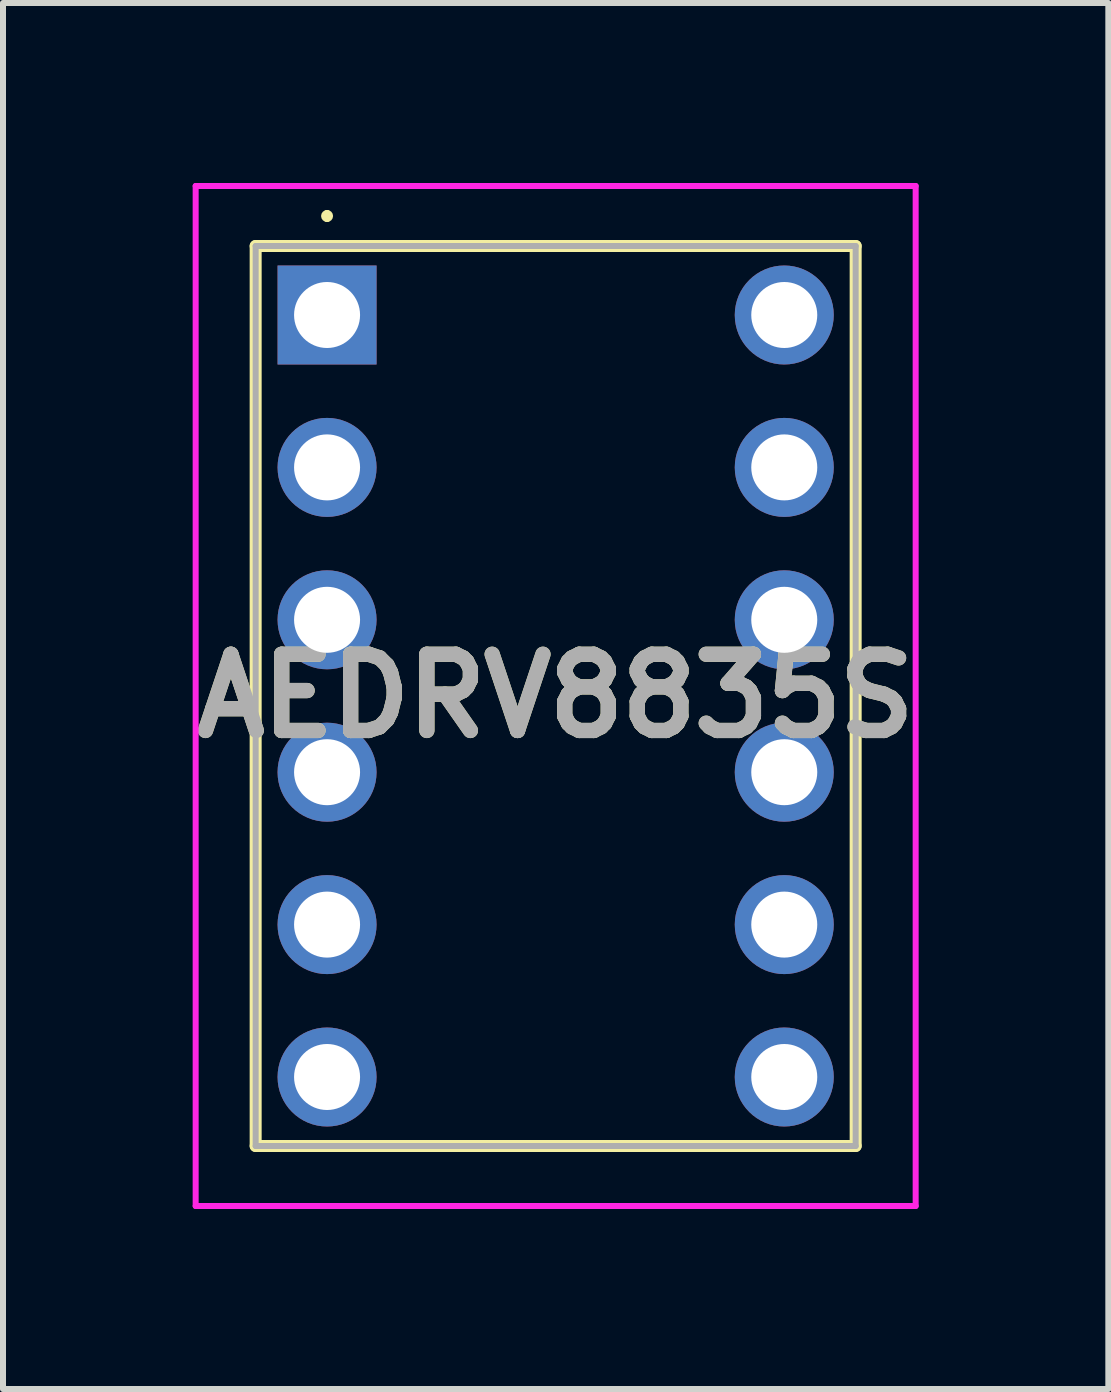
<source format=kicad_pcb>
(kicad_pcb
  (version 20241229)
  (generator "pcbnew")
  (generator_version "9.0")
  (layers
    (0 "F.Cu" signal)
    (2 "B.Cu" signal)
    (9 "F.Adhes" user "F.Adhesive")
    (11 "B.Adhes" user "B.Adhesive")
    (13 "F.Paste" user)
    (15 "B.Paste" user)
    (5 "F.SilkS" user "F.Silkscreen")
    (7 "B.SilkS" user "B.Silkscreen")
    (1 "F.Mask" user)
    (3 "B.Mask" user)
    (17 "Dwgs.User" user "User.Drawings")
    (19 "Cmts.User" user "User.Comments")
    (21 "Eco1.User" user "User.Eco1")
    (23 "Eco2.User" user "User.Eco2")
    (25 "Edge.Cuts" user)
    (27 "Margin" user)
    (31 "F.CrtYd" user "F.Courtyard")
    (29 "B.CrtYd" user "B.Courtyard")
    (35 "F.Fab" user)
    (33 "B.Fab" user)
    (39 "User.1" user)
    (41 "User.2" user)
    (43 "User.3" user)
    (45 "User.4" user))
  (footprint "AEDRV8835S"
    (layer "F.Cu")
    (at 2.401 2.2)
    (property "Reference" "AEDRV8835S" (at 3.81 6.35 0) (layer "F.SilkS") (effects (font (size 1.27 1.27) (thickness 0.254))))
    (attr through_hole)
    (fp_line (start -1.19 -1.15) (end 8.81 -1.15) (stroke (width 0.2) (type solid)) (layer "F.SilkS"))
    (fp_line (start -1.19 13.85) (end -1.19 -1.15) (stroke (width 0.2) (type solid)) (layer "F.SilkS"))
    (fp_line (start 0 -1.7) (end 0 -1.7) (stroke (width 0.1) (type solid)) (layer "F.SilkS"))
    (fp_line (start 0 -1.6) (end 0 -1.6) (stroke (width 0.1) (type solid)) (layer "F.SilkS"))
    (fp_line (start 8.81 -1.15) (end 8.81 13.85) (stroke (width 0.2) (type solid)) (layer "F.SilkS"))
    (fp_line (start 8.81 13.85) (end -1.19 13.85) (stroke (width 0.2) (type solid)) (layer "F.SilkS"))
    (fp_arc (start 0 -1.7) (mid 0.05 -1.65) (end 0 -1.6) (stroke (width 0.1) (type solid)) (layer "F.SilkS"))
    (fp_arc (start 0 -1.6) (mid -0.05 -1.65) (end 0 -1.7) (stroke (width 0.1) (type solid)) (layer "F.SilkS"))
    (fp_line (start -2.19 -2.15) (end 9.81 -2.15) (stroke (width 0.1) (type solid)) (layer "F.CrtYd"))
    (fp_line (start -2.19 14.85) (end -2.19 -2.15) (stroke (width 0.1) (type solid)) (layer "F.CrtYd"))
    (fp_line (start 9.81 -2.15) (end 9.81 14.85) (stroke (width 0.1) (type solid)) (layer "F.CrtYd"))
    (fp_line (start 9.81 14.85) (end -2.19 14.85) (stroke (width 0.1) (type solid)) (layer "F.CrtYd"))
    (fp_line (start -1.19 -1.15) (end 8.81 -1.15) (stroke (width 0.1) (type solid)) (layer "F.Fab"))
    (fp_line (start -1.19 13.85) (end -1.19 -1.15) (stroke (width 0.1) (type solid)) (layer "F.Fab"))
    (fp_line (start 8.81 -1.15) (end 8.81 13.85) (stroke (width 0.1) (type solid)) (layer "F.Fab"))
    (fp_line (start 8.81 13.85) (end -1.19 13.85) (stroke (width 0.1) (type solid)) (layer "F.Fab"))
    (fp_text user "${REFERENCE}" (at 3.81 6.35 0) (layer "F.Fab") (effects (font (size 1.27 1.27) (thickness 0.254))))
    (pad "1" thru_hole rect (at 0 0) (size 1.65 1.65) (drill 1.1) (layers "*.Cu" "*.Mask"))
    (pad "2" thru_hole circle (at 0 2.54) (size 1.65 1.65) (drill 1.1) (layers "*.Cu" "*.Mask"))
    (pad "3" thru_hole circle (at 0 5.08) (size 1.65 1.65) (drill 1.1) (layers "*.Cu" "*.Mask"))
    (pad "4" thru_hole circle (at 0 7.62) (size 1.65 1.65) (drill 1.1) (layers "*.Cu" "*.Mask"))
    (pad "5" thru_hole circle (at 0 10.16) (size 1.65 1.65) (drill 1.1) (layers "*.Cu" "*.Mask"))
    (pad "6" thru_hole circle (at 0 12.7) (size 1.65 1.65) (drill 1.1) (layers "*.Cu" "*.Mask"))
    (pad "7" thru_hole circle (at 7.62 12.7) (size 1.65 1.65) (drill 1.1) (layers "*.Cu" "*.Mask"))
    (pad "8" thru_hole circle (at 7.62 10.16) (size 1.65 1.65) (drill 1.1) (layers "*.Cu" "*.Mask"))
    (pad "9" thru_hole circle (at 7.62 7.62) (size 1.65 1.65) (drill 1.1) (layers "*.Cu" "*.Mask"))
    (pad "10" thru_hole circle (at 7.62 5.08) (size 1.65 1.65) (drill 1.1) (layers "*.Cu" "*.Mask"))
    (pad "11" thru_hole circle (at 7.62 2.54) (size 1.65 1.65) (drill 1.1) (layers "*.Cu" "*.Mask"))
    (pad "12" thru_hole circle (at 7.62 0) (size 1.65 1.65) (drill 1.1) (layers "*.Cu" "*.Mask")))
  (gr_rect
    (start -3 -3)
    (end 15.422 20.1)
    (stroke (width 0.1) (type default))
    (fill no)
    (layer "Edge.Cuts")))
</source>
